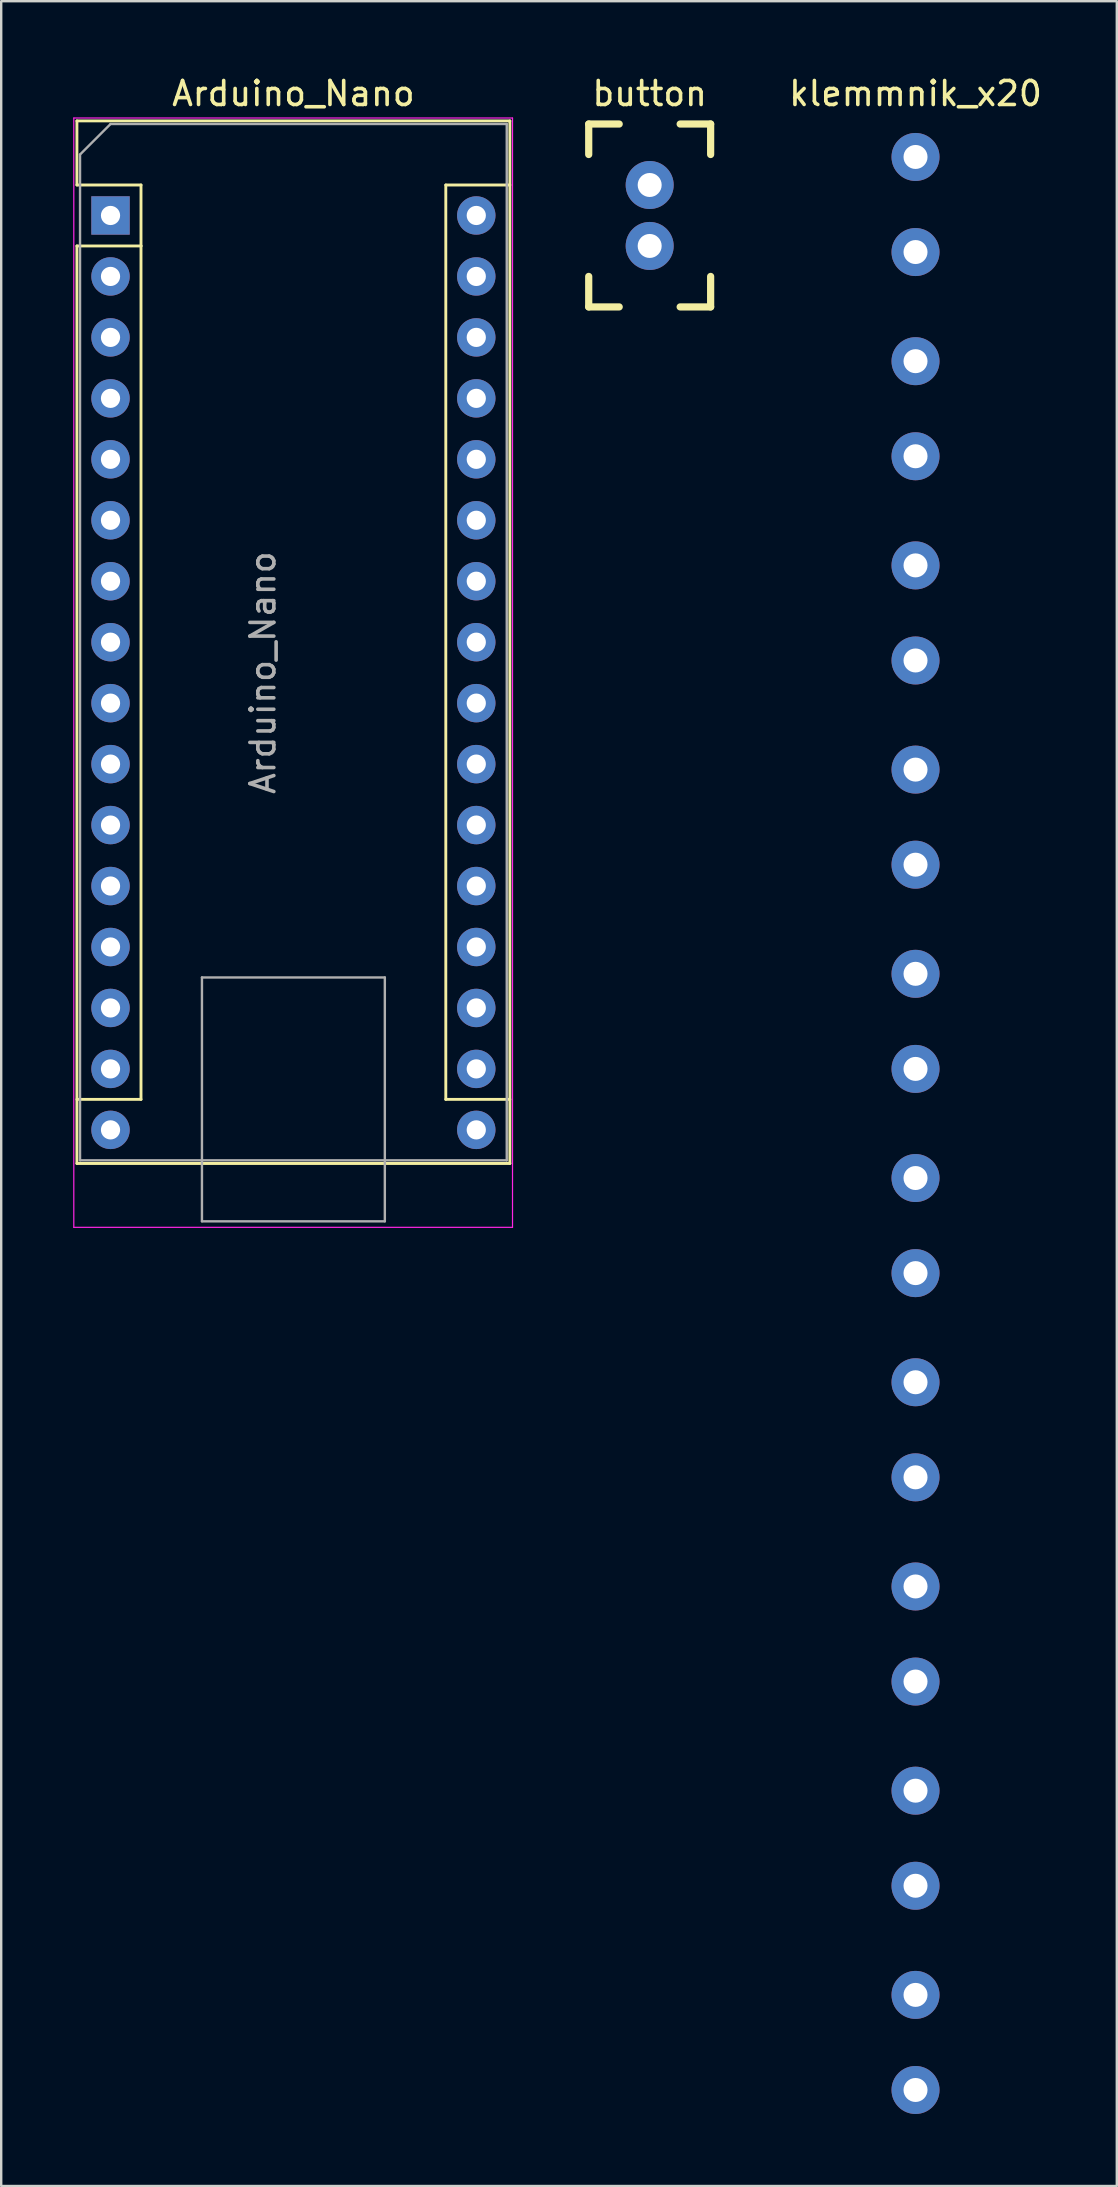
<source format=kicad_pcb>
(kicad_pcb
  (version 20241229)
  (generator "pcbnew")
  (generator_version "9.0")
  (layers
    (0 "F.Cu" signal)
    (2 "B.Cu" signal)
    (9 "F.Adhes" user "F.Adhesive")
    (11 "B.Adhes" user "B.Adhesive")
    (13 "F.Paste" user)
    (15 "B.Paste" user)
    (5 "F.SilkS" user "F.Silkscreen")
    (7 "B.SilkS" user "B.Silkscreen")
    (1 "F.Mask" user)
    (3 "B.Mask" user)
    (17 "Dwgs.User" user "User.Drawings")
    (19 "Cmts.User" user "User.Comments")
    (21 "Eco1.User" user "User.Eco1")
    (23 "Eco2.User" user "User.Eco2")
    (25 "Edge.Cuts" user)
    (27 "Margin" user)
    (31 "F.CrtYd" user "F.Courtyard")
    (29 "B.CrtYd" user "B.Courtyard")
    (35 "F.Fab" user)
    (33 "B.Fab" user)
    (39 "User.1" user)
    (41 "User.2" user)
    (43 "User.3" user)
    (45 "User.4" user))
  (footprint "button"
    (layer "F.Cu")
    (at 24.02 7.198)
    (property "Reference" "button" (at 0 -6.35 0) (layer "F.SilkS") (effects (font (size 1 1) (thickness 0.15))))
    (attr through_hole)
    (fp_line (start -2.54 -5.08) (end -2.54 -3.81) (stroke (width 0.3) (type solid)) (layer "F.SilkS"))
    (fp_line (start -2.54 1.27) (end -2.54 2.54) (stroke (width 0.3) (type solid)) (layer "F.SilkS"))
    (fp_line (start -2.54 2.54) (end -1.27 2.54) (stroke (width 0.3) (type solid)) (layer "F.SilkS"))
    (fp_line (start -1.27 -5.08) (end -2.54 -5.08) (stroke (width 0.3) (type solid)) (layer "F.SilkS"))
    (fp_line (start 1.27 -5.08) (end 2.54 -5.08) (stroke (width 0.3) (type solid)) (layer "F.SilkS"))
    (fp_line (start 2.54 -5.08) (end 2.54 -3.81) (stroke (width 0.3) (type solid)) (layer "F.SilkS"))
    (fp_line (start 2.54 1.27) (end 2.54 2.54) (stroke (width 0.3) (type solid)) (layer "F.SilkS"))
    (fp_line (start 2.54 2.54) (end 1.27 2.54) (stroke (width 0.3) (type solid)) (layer "F.SilkS"))
    (pad "1" thru_hole circle (at 0 -2.54) (size 2 2) (drill 1) (layers "*.Cu" "*.Mask"))
    (pad "2" thru_hole circle (at 0 0) (size 2 2) (drill 1) (layers "*.Cu" "*.Mask")))
  (footprint "Arduino_Nano"
    (layer "F.Cu")
    (at 1.555 5.928)
    (property "Reference" "Arduino_Nano" (at 7.62 -5.08 0) (layer "F.SilkS") (effects (font (size 1 1) (thickness 0.15))))
    (attr through_hole)
    (fp_line (start -1.4 -3.94) (end -1.4 -1.27) (stroke (width 0.12) (type solid)) (layer "F.SilkS"))
    (fp_line (start -1.4 1.27) (end -1.4 39.5) (stroke (width 0.12) (type solid)) (layer "F.SilkS"))
    (fp_line (start -1.4 39.5) (end 16.64 39.5) (stroke (width 0.12) (type solid)) (layer "F.SilkS"))
    (fp_line (start 1.27 -1.27) (end -1.4 -1.27) (stroke (width 0.12) (type solid)) (layer "F.SilkS"))
    (fp_line (start 1.27 1.27) (end -1.4 1.27) (stroke (width 0.12) (type solid)) (layer "F.SilkS"))
    (fp_line (start 1.27 1.27) (end 1.27 -1.27) (stroke (width 0.12) (type solid)) (layer "F.SilkS"))
    (fp_line (start 1.27 1.27) (end 1.27 36.83) (stroke (width 0.12) (type solid)) (layer "F.SilkS"))
    (fp_line (start 1.27 36.83) (end -1.4 36.83) (stroke (width 0.12) (type solid)) (layer "F.SilkS"))
    (fp_line (start 13.97 -1.27) (end 13.97 36.83) (stroke (width 0.12) (type solid)) (layer "F.SilkS"))
    (fp_line (start 13.97 -1.27) (end 16.64 -1.27) (stroke (width 0.12) (type solid)) (layer "F.SilkS"))
    (fp_line (start 13.97 36.83) (end 16.64 36.83) (stroke (width 0.12) (type solid)) (layer "F.SilkS"))
    (fp_line (start 16.64 -3.94) (end -1.4 -3.94) (stroke (width 0.12) (type solid)) (layer "F.SilkS"))
    (fp_line (start 16.64 39.5) (end 16.64 -3.94) (stroke (width 0.12) (type solid)) (layer "F.SilkS"))
    (fp_line (start -1.53 -4.06) (end -1.53 42.16) (stroke (width 0.05) (type solid)) (layer "F.CrtYd"))
    (fp_line (start -1.53 -4.06) (end 16.75 -4.06) (stroke (width 0.05) (type solid)) (layer "F.CrtYd"))
    (fp_line (start 16.75 42.16) (end -1.53 42.16) (stroke (width 0.05) (type solid)) (layer "F.CrtYd"))
    (fp_line (start 16.75 42.16) (end 16.75 -4.06) (stroke (width 0.05) (type solid)) (layer "F.CrtYd"))
    (fp_line (start -1.27 -2.54) (end 0 -3.81) (stroke (width 0.1) (type solid)) (layer "F.Fab"))
    (fp_line (start -1.27 39.37) (end -1.27 -2.54) (stroke (width 0.1) (type solid)) (layer "F.Fab"))
    (fp_line (start 0 -3.81) (end 16.51 -3.81) (stroke (width 0.1) (type solid)) (layer "F.Fab"))
    (fp_line (start 3.81 31.75) (end 11.43 31.75) (stroke (width 0.1) (type solid)) (layer "F.Fab"))
    (fp_line (start 3.81 41.91) (end 3.81 31.75) (stroke (width 0.1) (type solid)) (layer "F.Fab"))
    (fp_line (start 11.43 31.75) (end 11.43 41.91) (stroke (width 0.1) (type solid)) (layer "F.Fab"))
    (fp_line (start 11.43 41.91) (end 3.81 41.91) (stroke (width 0.1) (type solid)) (layer "F.Fab"))
    (fp_line (start 16.51 -3.81) (end 16.51 39.37) (stroke (width 0.1) (type solid)) (layer "F.Fab"))
    (fp_line (start 16.51 39.37) (end -1.27 39.37) (stroke (width 0.1) (type solid)) (layer "F.Fab"))
    (fp_text user "${REFERENCE}" (at 6.35 19.05 90) (layer "F.Fab") (effects (font (size 1 1) (thickness 0.15))))
    (pad "" thru_hole oval (at 0 38.1) (size 1.6 1.6) (drill 0.8) (layers "*.Cu" "*.Mask"))
    (pad "" thru_hole oval (at 15.24 38.1) (size 1.6 1.6) (drill 0.8) (layers "*.Cu" "*.Mask"))
    (pad "1" thru_hole rect (at 0 0) (size 1.6 1.6) (drill 0.8) (layers "*.Cu" "*.Mask"))
    (pad "2" thru_hole oval (at 0 2.54) (size 1.6 1.6) (drill 0.8) (layers "*.Cu" "*.Mask"))
    (pad "3" thru_hole oval (at 0 5.08) (size 1.6 1.6) (drill 0.8) (layers "*.Cu" "*.Mask"))
    (pad "4" thru_hole oval (at 0 7.62) (size 1.6 1.6) (drill 0.8) (layers "*.Cu" "*.Mask"))
    (pad "5" thru_hole oval (at 0 10.16) (size 1.6 1.6) (drill 0.8) (layers "*.Cu" "*.Mask"))
    (pad "6" thru_hole oval (at 0 12.7) (size 1.6 1.6) (drill 0.8) (layers "*.Cu" "*.Mask"))
    (pad "7" thru_hole oval (at 0 15.24) (size 1.6 1.6) (drill 0.8) (layers "*.Cu" "*.Mask"))
    (pad "8" thru_hole oval (at 0 17.78) (size 1.6 1.6) (drill 0.8) (layers "*.Cu" "*.Mask"))
    (pad "9" thru_hole oval (at 0 20.32) (size 1.6 1.6) (drill 0.8) (layers "*.Cu" "*.Mask"))
    (pad "10" thru_hole oval (at 0 22.86) (size 1.6 1.6) (drill 0.8) (layers "*.Cu" "*.Mask"))
    (pad "11" thru_hole oval (at 0 25.4) (size 1.6 1.6) (drill 0.8) (layers "*.Cu" "*.Mask"))
    (pad "12" thru_hole oval (at 0 27.94) (size 1.6 1.6) (drill 0.8) (layers "*.Cu" "*.Mask"))
    (pad "13" thru_hole oval (at 0 30.48) (size 1.6 1.6) (drill 0.8) (layers "*.Cu" "*.Mask"))
    (pad "14" thru_hole oval (at 0 33.02) (size 1.6 1.6) (drill 0.8) (layers "*.Cu" "*.Mask"))
    (pad "15" thru_hole oval (at 0 35.56) (size 1.6 1.6) (drill 0.8) (layers "*.Cu" "*.Mask"))
    (pad "16" thru_hole oval (at 15.24 35.56) (size 1.6 1.6) (drill 0.8) (layers "*.Cu" "*.Mask"))
    (pad "17" thru_hole oval (at 15.24 33.02) (size 1.6 1.6) (drill 0.8) (layers "*.Cu" "*.Mask"))
    (pad "18" thru_hole oval (at 15.24 30.48) (size 1.6 1.6) (drill 0.8) (layers "*.Cu" "*.Mask"))
    (pad "19" thru_hole oval (at 15.24 27.94) (size 1.6 1.6) (drill 0.8) (layers "*.Cu" "*.Mask"))
    (pad "20" thru_hole oval (at 15.24 25.4) (size 1.6 1.6) (drill 0.8) (layers "*.Cu" "*.Mask"))
    (pad "21" thru_hole oval (at 15.24 22.86) (size 1.6 1.6) (drill 0.8) (layers "*.Cu" "*.Mask"))
    (pad "22" thru_hole oval (at 15.24 20.32) (size 1.6 1.6) (drill 0.8) (layers "*.Cu" "*.Mask"))
    (pad "23" thru_hole oval (at 15.24 17.78) (size 1.6 1.6) (drill 0.8) (layers "*.Cu" "*.Mask"))
    (pad "24" thru_hole oval (at 15.24 15.24) (size 1.6 1.6) (drill 0.8) (layers "*.Cu" "*.Mask"))
    (pad "25" thru_hole oval (at 15.24 12.7) (size 1.6 1.6) (drill 0.8) (layers "*.Cu" "*.Mask"))
    (pad "26" thru_hole oval (at 15.24 10.16) (size 1.6 1.6) (drill 0.8) (layers "*.Cu" "*.Mask"))
    (pad "27" thru_hole oval (at 15.24 7.62) (size 1.6 1.6) (drill 0.8) (layers "*.Cu" "*.Mask"))
    (pad "28" thru_hole oval (at 15.24 5.08) (size 1.6 1.6) (drill 0.8) (layers "*.Cu" "*.Mask"))
    (pad "29" thru_hole oval (at 15.24 2.54) (size 1.6 1.6) (drill 0.8) (layers "*.Cu" "*.Mask"))
    (pad "30" thru_hole oval (at 15.24 0) (size 1.6 1.6) (drill 0.8) (layers "*.Cu" "*.Mask")))
  (footprint "klemmnik_x20"
    (layer "F.Cu")
    (at 35.097 84.033)
    (property "Reference" "klemmnik_x20" (at 0 -83.185 0) (layer "F.SilkS") (effects (font (size 1 1) (thickness 0.15))))
    (attr through_hole)
    (pad "1" thru_hole circle (at 0 -80.543) (size 2 2) (drill 1) (layers "*.Cu" "*.Mask"))
    (pad "2" thru_hole circle (at 0 -76.581) (size 2 2) (drill 1) (layers "*.Cu" "*.Mask"))
    (pad "3" thru_hole circle (at 0 -72.034) (size 2 2) (drill 1) (layers "*.Cu" "*.Mask"))
    (pad "4" thru_hole circle (at 0 -68.072) (size 2 2) (drill 1) (layers "*.Cu" "*.Mask"))
    (pad "5" thru_hole circle (at 0 -63.525) (size 2 2) (drill 1) (layers "*.Cu" "*.Mask"))
    (pad "6" thru_hole circle (at 0 -59.563) (size 2 2) (drill 1) (layers "*.Cu" "*.Mask"))
    (pad "7" thru_hole circle (at 0 -55.016) (size 2 2) (drill 1) (layers "*.Cu" "*.Mask"))
    (pad "8" thru_hole circle (at 0 -51.054) (size 2 2) (drill 1) (layers "*.Cu" "*.Mask"))
    (pad "9" thru_hole circle (at 0 -46.507) (size 2 2) (drill 1) (layers "*.Cu" "*.Mask"))
    (pad "10" thru_hole circle (at 0 -42.545) (size 2 2) (drill 1) (layers "*.Cu" "*.Mask"))
    (pad "11" thru_hole circle (at 0 -37.998) (size 2 2) (drill 1) (layers "*.Cu" "*.Mask"))
    (pad "12" thru_hole circle (at 0 -34.036) (size 2 2) (drill 1) (layers "*.Cu" "*.Mask"))
    (pad "13" thru_hole circle (at 0 -29.489) (size 2 2) (drill 1) (layers "*.Cu" "*.Mask"))
    (pad "14" thru_hole circle (at 0 -25.527) (size 2 2) (drill 1) (layers "*.Cu" "*.Mask"))
    (pad "15" thru_hole circle (at 0 -20.98) (size 2 2) (drill 1) (layers "*.Cu" "*.Mask"))
    (pad "16" thru_hole circle (at 0 -17.018) (size 2 2) (drill 1) (layers "*.Cu" "*.Mask"))
    (pad "17" thru_hole circle (at 0 -12.471) (size 2 2) (drill 1) (layers "*.Cu" "*.Mask"))
    (pad "18" thru_hole circle (at 0 -8.509) (size 2 2) (drill 1) (layers "*.Cu" "*.Mask"))
    (pad "19" thru_hole circle (at 0 -3.962) (size 2 2) (drill 1) (layers "*.Cu" "*.Mask"))
    (pad "20" thru_hole circle (at 0 0) (size 2 2) (drill 1) (layers "*.Cu" "*.Mask")))
  (gr_rect
    (start -3 -3)
    (end 43.484 88.033)
    (stroke (width 0.1) (type default))
    (fill no)
    (layer "Edge.Cuts")))
</source>
